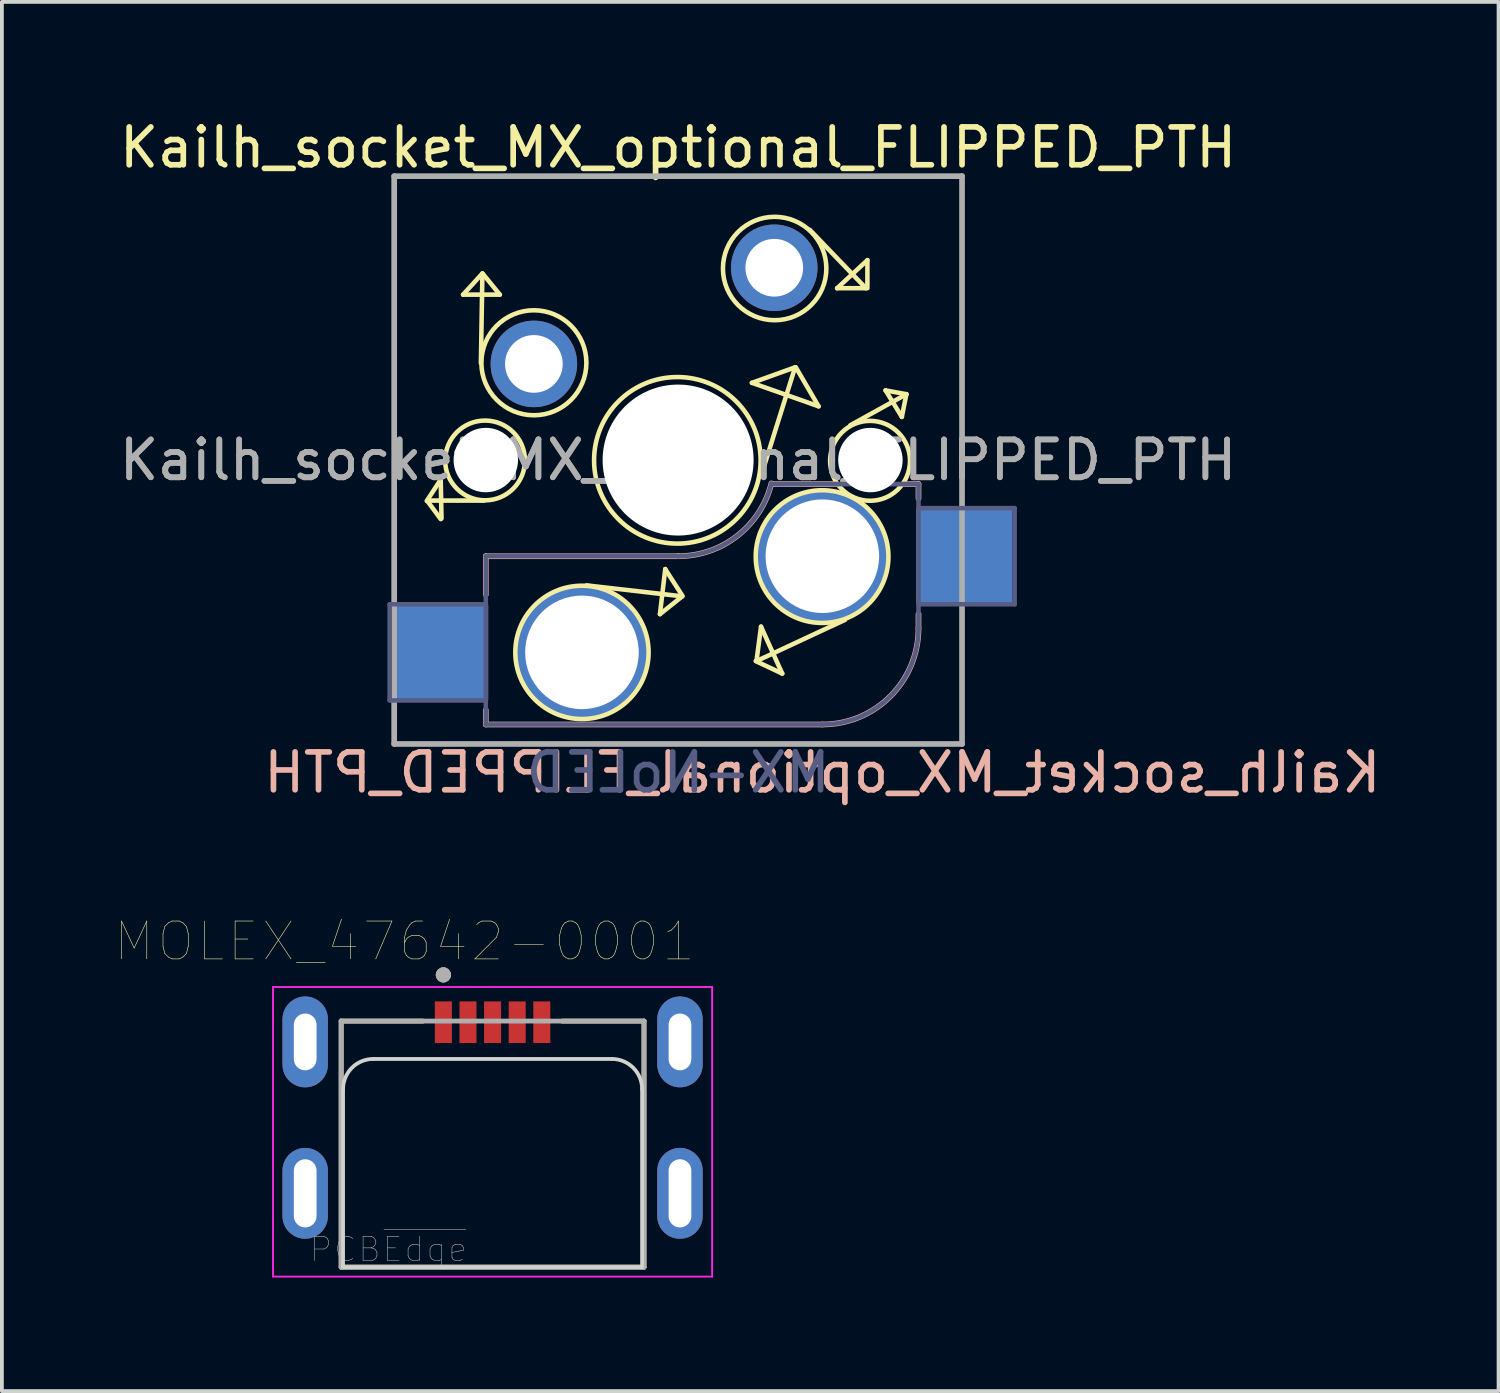
<source format=kicad_pcb>
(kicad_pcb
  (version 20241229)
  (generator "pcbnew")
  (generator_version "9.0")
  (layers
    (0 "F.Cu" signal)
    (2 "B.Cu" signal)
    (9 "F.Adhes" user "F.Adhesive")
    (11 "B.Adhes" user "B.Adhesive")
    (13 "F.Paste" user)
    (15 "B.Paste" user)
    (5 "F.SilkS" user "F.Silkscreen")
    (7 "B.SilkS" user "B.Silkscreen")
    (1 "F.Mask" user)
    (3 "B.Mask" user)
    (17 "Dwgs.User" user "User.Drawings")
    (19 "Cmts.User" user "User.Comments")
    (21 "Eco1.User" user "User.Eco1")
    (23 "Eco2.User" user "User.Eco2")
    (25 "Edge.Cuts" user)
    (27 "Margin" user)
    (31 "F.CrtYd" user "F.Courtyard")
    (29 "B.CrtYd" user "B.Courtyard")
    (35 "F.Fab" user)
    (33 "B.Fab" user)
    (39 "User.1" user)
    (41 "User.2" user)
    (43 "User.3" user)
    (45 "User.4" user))
  (footprint "MOLEX_47642-0001"
    (layer "F.Cu")
    (at 9.962 23.953)
    (property "Reference" "MOLEX_47642-0001" (at -2.325 -2.135 0) (layer "F.SilkS") (effects (font (size 1 1) (thickness 0.015))))
    (attr through_hole)
    (fp_line (start -4 -0.03) (end -4 6.47) (stroke (width 0.127) (type solid)) (layer "F.SilkS"))
    (fp_line (start -4 -0.03) (end -1.84 -0.03) (stroke (width 0.127) (type solid)) (layer "F.SilkS"))
    (fp_line (start -4 6.47) (end 4 6.47) (stroke (width 0.127) (type solid)) (layer "F.SilkS"))
    (fp_line (start 1.84 -0.03) (end 4 -0.03) (stroke (width 0.127) (type solid)) (layer "F.SilkS"))
    (fp_line (start 4 -0.03) (end 4 6.47) (stroke (width 0.127) (type solid)) (layer "F.SilkS"))
    (fp_circle (center -1.3 -1.25) (end -1.2 -1.25) (stroke (width 0.2) (type solid)) (fill no) (layer "F.SilkS"))
    (fp_line (start -3.95 6.47) (end -3.95 1.77) (stroke (width 0.1) (type solid)) (layer "Edge.Cuts"))
    (fp_line (start -3.95 6.47) (end 3.95 6.47) (stroke (width 0.1) (type solid)) (layer "Edge.Cuts"))
    (fp_line (start -3.15 0.97) (end 3.15 0.97) (stroke (width 0.1) (type solid)) (layer "Edge.Cuts"))
    (fp_line (start 3.95 1.77) (end 3.95 6.47) (stroke (width 0.1) (type solid)) (layer "Edge.Cuts"))
    (fp_arc (start -3.95 1.77) (mid -3.715685 1.204315) (end -3.15 0.97) (stroke (width 0.1) (type solid)) (layer "Edge.Cuts"))
    (fp_arc (start 3.15 0.97) (mid 3.715685 1.204315) (end 3.95 1.77) (stroke (width 0.1) (type solid)) (layer "Edge.Cuts"))
    (fp_line (start -5.8 -0.93) (end 5.8 -0.93) (stroke (width 0.05) (type solid)) (layer "F.CrtYd"))
    (fp_line (start -5.8 6.72) (end -5.8 -0.93) (stroke (width 0.05) (type solid)) (layer "F.CrtYd"))
    (fp_line (start 5.8 -0.93) (end 5.8 6.72) (stroke (width 0.05) (type solid)) (layer "F.CrtYd"))
    (fp_line (start 5.8 6.72) (end -5.8 6.72) (stroke (width 0.05) (type solid)) (layer "F.CrtYd"))
    (fp_line (start -4 -0.03) (end -4 6.47) (stroke (width 0.127) (type solid)) (layer "F.Fab"))
    (fp_line (start -4 -0.03) (end 4 -0.03) (stroke (width 0.127) (type solid)) (layer "F.Fab"))
    (fp_line (start -4 6.47) (end 4 6.47) (stroke (width 0.127) (type solid)) (layer "F.Fab"))
    (fp_line (start 4 -0.03) (end 4 6.47) (stroke (width 0.127) (type solid)) (layer "F.Fab"))
    (fp_circle (center -1.3 -1.25) (end -1.2 -1.25) (stroke (width 0.2) (type solid)) (fill no) (layer "F.Fab"))
    (fp_text user "PCB~{Edge}" (at -2.75 6 0) (layer "F.Fab") (effects (font (size 0.64 0.64) (thickness 0.015))))
    (pad "1" smd rect (at -1.3 0) (size 0.45 1.1) (layers "F.Cu" "F.Mask" "F.Paste"))
    (pad "2" smd rect (at -0.65 0) (size 0.45 1.1) (layers "F.Cu" "F.Mask" "F.Paste"))
    (pad "3" smd rect (at 0 0) (size 0.45 1.1) (layers "F.Cu" "F.Mask" "F.Paste"))
    (pad "4" smd rect (at 0.65 0) (size 0.45 1.1) (layers "F.Cu" "F.Mask" "F.Paste"))
    (pad "5" smd rect (at 1.3 0) (size 0.45 1.1) (layers "F.Cu" "F.Mask" "F.Paste"))
    (pad "S1" thru_hole oval (at -4.95 0.52) (size 1.2 2.4) (drill oval 0.6 1.5) (layers "*.Cu" "*.Mask"))
    (pad "S2" thru_hole oval (at -4.95 4.52) (size 1.2 2.4) (drill oval 0.6 1.8) (layers "*.Cu" "*.Mask"))
    (pad "S3" thru_hole oval (at 4.95 4.52) (size 1.2 2.4) (drill oval 0.6 1.8) (layers "*.Cu" "*.Mask"))
    (pad "S4" thru_hole oval (at 4.95 0.52) (size 1.2 2.4) (drill oval 0.6 1.5) (layers "*.Cu" "*.Mask")))
  (footprint "Kailh_socket_MX_optional_FLIPPED_PTH"
    (layer "F.Cu")
    (at 14.863 9.103)
    (property "Reference" "Kailh_socket_MX_optional_FLIPPED_PTH" (at 0 -8.255 0) (layer "F.SilkS") (effects (font (size 1 1) (thickness 0.15))))
    (property "Value" "MX-NoLED" (at 0 8.255 0) (layer "F.Fab") (hide yes) (effects (font (size 1 1) (thickness 0.15))))
    (attr through_hole)
    (fp_line (start -6.61 1.1) (end -6.27 1.56) (stroke (width 0.12) (type solid)) (layer "F.SilkS"))
    (fp_line (start -6.3 0.56) (end -6.64 1.08) (stroke (width 0.12) (type solid)) (layer "F.SilkS"))
    (fp_line (start -6.25 1.54) (end -6.27 0.54) (stroke (width 0.12) (type solid)) (layer "F.SilkS"))
    (fp_line (start -5.68 -4.37) (end -4.71 -4.37) (stroke (width 0.12) (type solid)) (layer "F.SilkS"))
    (fp_line (start -5.21 -2.56) (end -5.17 -4.93) (stroke (width 0.12) (type solid)) (layer "F.SilkS"))
    (fp_line (start -5.17 -4.93) (end -5.68 -4.37) (stroke (width 0.12) (type solid)) (layer "F.SilkS"))
    (fp_line (start -5.13 1.07) (end -6.62 1.07) (stroke (width 0.12) (type solid)) (layer "F.SilkS"))
    (fp_line (start -4.71 -4.37) (end -5.15 -4.91) (stroke (width 0.12) (type solid)) (layer "F.SilkS"))
    (fp_line (start -2.42 3.31) (end 0.11 3.6) (stroke (width 0.12) (type solid)) (layer "F.SilkS"))
    (fp_line (start -0.48 4.07) (end -0.34 2.88) (stroke (width 0.12) (type solid)) (layer "F.SilkS"))
    (fp_line (start -0.34 2.88) (end 0.11 3.58) (stroke (width 0.12) (type solid)) (layer "F.SilkS"))
    (fp_line (start 0.11 3.6) (end -0.48 4.07) (stroke (width 0.12) (type solid)) (layer "F.SilkS"))
    (fp_line (start 1.95 -2.04) (end 3.71 -1.42) (stroke (width 0.12) (type solid)) (layer "F.SilkS"))
    (fp_line (start 2.07 5.31) (end 2.19 4.4) (stroke (width 0.12) (type solid)) (layer "F.SilkS"))
    (fp_line (start 2.19 4.4) (end 2.75 5.64) (stroke (width 0.12) (type solid)) (layer "F.SilkS"))
    (fp_line (start 2.2 0.39) (end 3.09 -2.45) (stroke (width 0.12) (type solid)) (layer "F.SilkS"))
    (fp_line (start 2.75 5.64) (end 2.05 5.31) (stroke (width 0.12) (type solid)) (layer "F.SilkS"))
    (fp_line (start 3.09 -2.45) (end 1.95 -2.04) (stroke (width 0.12) (type solid)) (layer "F.SilkS"))
    (fp_line (start 3.48 -6.08) (end 4.96 -4.54) (stroke (width 0.12) (type solid)) (layer "F.SilkS"))
    (fp_line (start 3.71 -1.42) (end 3.11 -2.45) (stroke (width 0.12) (type solid)) (layer "F.SilkS"))
    (fp_line (start 4.2 -4.54) (end 5 -5.28) (stroke (width 0.12) (type solid)) (layer "F.SilkS"))
    (fp_line (start 4.41 4.22) (end 2.07 5.31) (stroke (width 0.12) (type solid)) (layer "F.SilkS"))
    (fp_line (start 4.55 -0.92) (end 6.03 -1.74) (stroke (width 0.12) (type solid)) (layer "F.SilkS"))
    (fp_line (start 4.96 -4.54) (end 4.2 -4.54) (stroke (width 0.12) (type solid)) (layer "F.SilkS"))
    (fp_line (start 5 -5.28) (end 5 -4.54) (stroke (width 0.12) (type solid)) (layer "F.SilkS"))
    (fp_line (start 5.48 -1.84) (end 6.03 -1.74) (stroke (width 0.12) (type solid)) (layer "F.SilkS"))
    (fp_line (start 5.91 -1.14) (end 5.48 -1.84) (stroke (width 0.12) (type solid)) (layer "F.SilkS"))
    (fp_line (start 6.03 -1.74) (end 5.91 -1.14) (stroke (width 0.12) (type solid)) (layer "F.SilkS"))
    (fp_circle (center -5.1 0.01) (end -4.36 -0.74) (stroke (width 0.12) (type solid)) (fill no) (layer "F.SilkS"))
    (fp_circle (center -3.81 -2.57) (end -2.73 -3.44) (stroke (width 0.12) (type solid)) (fill no) (layer "F.SilkS"))
    (fp_circle (center -2.54 5.08) (end -1.3 3.83) (stroke (width 0.12) (type solid)) (fill no) (layer "F.SilkS"))
    (fp_circle (center -0.02 0.007) (end 2.18 0.007) (stroke (width 0.12) (type solid)) (fill no) (layer "F.SilkS"))
    (fp_circle (center 2.55 -5.06) (end 3.74 -5.73) (stroke (width 0.12) (type solid)) (fill no) (layer "F.SilkS"))
    (fp_circle (center 3.803 2.55) (end 2.463 3.68) (stroke (width 0.12) (type solid)) (fill no) (layer "F.SilkS"))
    (fp_circle (center 5.07 0.02) (end 5.77 -0.77) (stroke (width 0.12) (type solid)) (fill no) (layer "F.SilkS"))
    (fp_line (start -5.08 2.54) (end -5.08 3.556) (stroke (width 0.15) (type solid)) (layer "B.SilkS"))
    (fp_line (start -5.08 6.604) (end -5.08 6.985) (stroke (width 0.15) (type solid)) (layer "B.SilkS"))
    (fp_line (start -5.08 6.985) (end 3.81 6.985) (stroke (width 0.15) (type solid)) (layer "B.SilkS"))
    (fp_line (start 0 2.54) (end -5.08 2.54) (stroke (width 0.15) (type solid)) (layer "B.SilkS"))
    (fp_line (start 4.191 0.635) (end 2.54 0.635) (stroke (width 0.15) (type solid)) (layer "B.SilkS"))
    (fp_line (start 6.35 0.635) (end 5.969 0.635) (stroke (width 0.15) (type solid)) (layer "B.SilkS"))
    (fp_line (start 6.35 1.016) (end 6.35 0.635) (stroke (width 0.15) (type solid)) (layer "B.SilkS"))
    (fp_line (start 6.35 4.445) (end 6.35 4.064) (stroke (width 0.15) (type solid)) (layer "B.SilkS"))
    (fp_arc (start 2.464162 0.61604) (mid 1.563147 2.002042) (end 0 2.54) (stroke (width 0.15) (type solid)) (layer "B.SilkS"))
    (fp_arc (start 6.35 4.445) (mid 5.606051 6.241051) (end 3.81 6.985) (stroke (width 0.15) (type solid)) (layer "B.SilkS"))
    (fp_line (start -6.9 6.9) (end -6.9 -6.9) (stroke (width 0.15) (type solid)) (layer "Eco2.User"))
    (fp_line (start -6.9 6.9) (end 6.9 6.9) (stroke (width 0.15) (type solid)) (layer "Eco2.User"))
    (fp_line (start 6.9 -6.9) (end -6.9 -6.9) (stroke (width 0.15) (type solid)) (layer "Eco2.User"))
    (fp_line (start 6.9 -6.9) (end 6.9 6.9) (stroke (width 0.15) (type solid)) (layer "Eco2.User"))
    (fp_line (start -7.62 3.81) (end -7.62 6.35) (stroke (width 0.12) (type solid)) (layer "B.Fab"))
    (fp_line (start -7.62 6.35) (end -5.08 6.35) (stroke (width 0.12) (type solid)) (layer "B.Fab"))
    (fp_line (start -5.08 2.54) (end -5.08 6.985) (stroke (width 0.12) (type solid)) (layer "B.Fab"))
    (fp_line (start -5.08 3.81) (end -7.62 3.81) (stroke (width 0.12) (type solid)) (layer "B.Fab"))
    (fp_line (start -5.08 6.985) (end 3.81 6.985) (stroke (width 0.12) (type solid)) (layer "B.Fab"))
    (fp_line (start 0 2.54) (end -5.08 2.54) (stroke (width 0.12) (type solid)) (layer "B.Fab"))
    (fp_line (start 6.35 0.635) (end 2.54 0.635) (stroke (width 0.12) (type solid)) (layer "B.Fab"))
    (fp_line (start 6.35 3.81) (end 8.89 3.81) (stroke (width 0.12) (type solid)) (layer "B.Fab"))
    (fp_line (start 6.35 4.445) (end 6.35 0.635) (stroke (width 0.12) (type solid)) (layer "B.Fab"))
    (fp_line (start 8.89 1.27) (end 6.35 1.27) (stroke (width 0.12) (type solid)) (layer "B.Fab"))
    (fp_line (start 8.89 3.81) (end 8.89 1.27) (stroke (width 0.12) (type solid)) (layer "B.Fab"))
    (fp_arc (start 2.464162 0.61604) (mid 1.563147 2.002042) (end 0 2.54) (stroke (width 0.12) (type solid)) (layer "B.Fab"))
    (fp_arc (start 6.35 4.445) (mid 5.606051 6.241051) (end 3.81 6.985) (stroke (width 0.12) (type solid)) (layer "B.Fab"))
    (fp_line (start -7.5 -7.5) (end 7.5 -7.5) (stroke (width 0.15) (type solid)) (layer "F.Fab"))
    (fp_line (start -7.5 7.5) (end -7.5 -7.5) (stroke (width 0.15) (type solid)) (layer "F.Fab"))
    (fp_line (start 7.5 -7.5) (end 7.5 7.5) (stroke (width 0.15) (type solid)) (layer "F.Fab"))
    (fp_line (start 7.5 7.5) (end -7.5 7.5) (stroke (width 0.15) (type solid)) (layer "F.Fab"))
    (fp_text user "${REFERENCE}" (at 3.81 8.255 0) (layer "B.SilkS") (effects (font (size 1 1) (thickness 0.15)) (justify mirror)))
    (fp_text user "${VALUE}" (at 0 8.255 0) (layer "B.Fab") (effects (font (size 1 1) (thickness 0.15)) (justify mirror)))
    (fp_text user "${REFERENCE}" (at 0 0 0) (layer "F.Fab") (effects (font (size 1 1) (thickness 0.15))))
    (fp_text user "${REFERENCE}" (at 0 0 0) (layer "F.Fab") (effects (font (size 1 1) (thickness 0.15))))
    (pad "" np_thru_hole circle (at -5.08 0) (size 1.702 1.702) (drill 1.702) (layers "*.Cu" "*.Mask"))
    (pad "" np_thru_hole circle (at 0 0) (size 3.988 3.988) (drill 3.988) (layers "*.Cu" "*.Mask"))
    (pad "" np_thru_hole circle (at 5.08 0) (size 1.702 1.702) (drill 1.702) (layers "*.Cu" "*.Mask"))
    (pad "1" thru_hole circle (at 2.54 -5.08) (size 2.286 2.286) (drill 1.524) (layers "*.Cu" "*.Mask"))
    (pad "1" thru_hole circle (at 3.81 2.54) (size 3.47 3.47) (drill 3) (layers "*.Cu" "*.Mask"))
    (pad "1" smd rect (at 7.56 2.54) (size 2.55 2.5) (layers "B.Cu" "B.Mask" "B.Paste"))
    (pad "2" smd rect (at -6.29 5.08) (size 2.55 2.5) (layers "B.Cu" "B.Mask" "B.Paste"))
    (pad "2" thru_hole circle (at -3.81 -2.54) (size 2.286 2.286) (drill 1.524) (layers "*.Cu" "*.Mask"))
    (pad "2" thru_hole circle (at -2.54 5.08) (size 3.47 3.47) (drill 3) (layers "*.Cu" "*.Mask")))
  (gr_rect
    (start -3 -3)
    (end 36.536 33.698)
    (stroke (width 0.1) (type default))
    (fill no)
    (layer "Edge.Cuts")))
</source>
